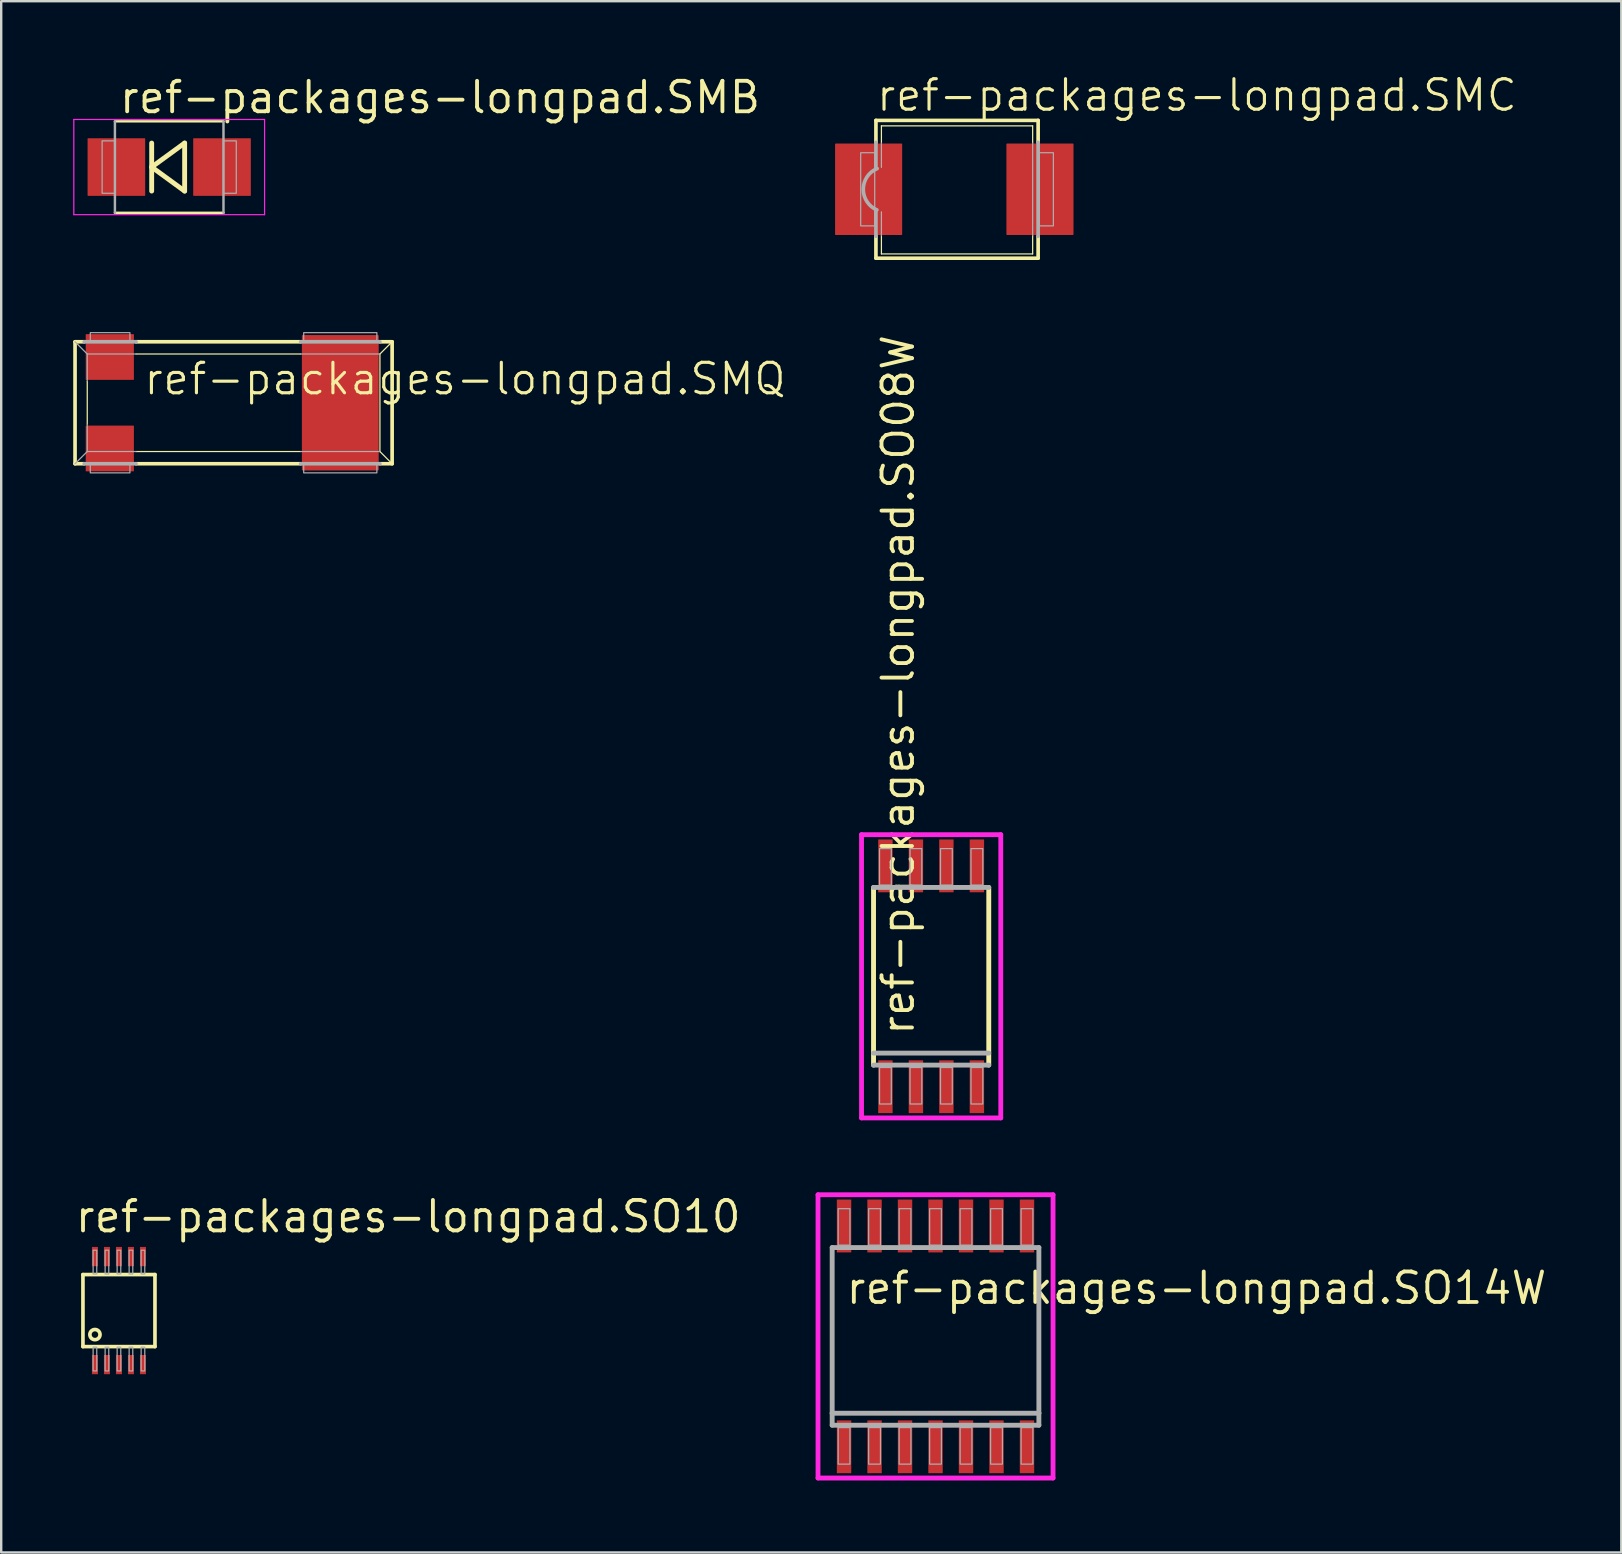
<source format=kicad_pcb>
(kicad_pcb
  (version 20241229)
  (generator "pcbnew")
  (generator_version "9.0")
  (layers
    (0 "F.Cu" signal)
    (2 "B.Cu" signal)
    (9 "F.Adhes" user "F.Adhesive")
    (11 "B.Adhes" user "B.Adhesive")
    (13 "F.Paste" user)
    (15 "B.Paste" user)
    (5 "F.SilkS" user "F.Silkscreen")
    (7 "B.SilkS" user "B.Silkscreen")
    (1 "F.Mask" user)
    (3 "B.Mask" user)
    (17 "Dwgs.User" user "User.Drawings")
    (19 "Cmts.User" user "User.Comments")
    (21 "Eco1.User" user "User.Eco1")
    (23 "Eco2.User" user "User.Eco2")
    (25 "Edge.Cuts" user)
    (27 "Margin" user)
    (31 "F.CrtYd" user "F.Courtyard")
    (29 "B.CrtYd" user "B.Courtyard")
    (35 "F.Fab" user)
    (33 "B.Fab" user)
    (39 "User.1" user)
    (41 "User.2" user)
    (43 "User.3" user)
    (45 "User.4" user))
  (footprint "ref-packages-longpad.SMQ"
    (layer "F.Cu")
    (at 6.68 13.727)
    (property "Reference" "ref-packages-longpad.SMQ" (at -3.81 -0.254 0) (layer "F.SilkS") (effects (font (size 1.27 1.27) (thickness 0.13)) (justify left bottom)))
    (attr smd)
    (fp_line (start -6.604 -2.54) (end -6.604 2.54) (stroke (width 0.152) (type default)) (layer "F.SilkS"))
    (fp_line (start -6.604 -2.54) (end -6.223 -2.54) (stroke (width 0.152) (type default)) (layer "F.SilkS"))
    (fp_line (start -6.223 2.54) (end -6.604 2.54) (stroke (width 0.152) (type default)) (layer "F.SilkS"))
    (fp_line (start -6.096 -0.889) (end -6.096 0.889) (stroke (width 0.051) (type default)) (layer "F.SilkS"))
    (fp_line (start -4.064 -2.54) (end 2.794 -2.54) (stroke (width 0.152) (type default)) (layer "F.SilkS"))
    (fp_line (start -4.064 -2.032) (end 2.794 -2.032) (stroke (width 0.051) (type default)) (layer "F.SilkS"))
    (fp_line (start -4.064 2.032) (end 2.794 2.032) (stroke (width 0.051) (type default)) (layer "F.SilkS"))
    (fp_line (start -4.064 2.54) (end 2.794 2.54) (stroke (width 0.152) (type default)) (layer "F.SilkS"))
    (fp_line (start 6.096 -2.54) (end 6.604 -2.54) (stroke (width 0.152) (type default)) (layer "F.SilkS"))
    (fp_line (start 6.096 2.032) (end 6.096 -2.032) (stroke (width 0.051) (type default)) (layer "F.SilkS"))
    (fp_line (start 6.096 2.54) (end 6.604 2.54) (stroke (width 0.152) (type default)) (layer "F.SilkS"))
    (fp_line (start 6.604 -2.54) (end 6.096 -2.032) (stroke (width 0.051) (type default)) (layer "F.SilkS"))
    (fp_line (start 6.604 2.54) (end 6.096 2.032) (stroke (width 0.051) (type default)) (layer "F.SilkS"))
    (fp_line (start 6.604 2.54) (end 6.604 -2.54) (stroke (width 0.152) (type default)) (layer "F.SilkS"))
    (fp_line (start -6.604 -2.54) (end -6.096 -2.032) (stroke (width 0.051) (type default)) (layer "F.Fab"))
    (fp_line (start -6.604 2.54) (end -6.096 2.032) (stroke (width 0.051) (type default)) (layer "F.Fab"))
    (fp_line (start -6.223 -2.54) (end -4.064 -2.54) (stroke (width 0.152) (type default)) (layer "F.Fab"))
    (fp_line (start -6.223 2.54) (end -4.064 2.54) (stroke (width 0.152) (type default)) (layer "F.Fab"))
    (fp_line (start -6.096 -2.032) (end -6.096 -0.889) (stroke (width 0.051) (type default)) (layer "F.Fab"))
    (fp_line (start -6.096 -2.032) (end -4.064 -2.032) (stroke (width 0.051) (type default)) (layer "F.Fab"))
    (fp_line (start -6.096 0.889) (end -6.096 2.032) (stroke (width 0.051) (type default)) (layer "F.Fab"))
    (fp_line (start -6.096 2.032) (end -4.064 2.032) (stroke (width 0.051) (type default)) (layer "F.Fab"))
    (fp_line (start 6.096 -2.54) (end 2.794 -2.54) (stroke (width 0.152) (type default)) (layer "F.Fab"))
    (fp_line (start 6.096 -2.032) (end 2.794 -2.032) (stroke (width 0.051) (type default)) (layer "F.Fab"))
    (fp_line (start 6.096 2.032) (end 2.794 2.032) (stroke (width 0.051) (type default)) (layer "F.Fab"))
    (fp_line (start 6.096 2.54) (end 2.794 2.54) (stroke (width 0.152) (type default)) (layer "F.Fab"))
    (fp_rect (start -5.969 -2.54) (end -4.318 -2.921) (stroke (width 0.05) (type default)) (fill no) (layer "F.Fab"))
    (fp_rect (start -5.969 2.921) (end -4.318 2.54) (stroke (width 0.05) (type default)) (fill no) (layer "F.Fab"))
    (fp_rect (start 2.921 -2.54) (end 5.969 -2.921) (stroke (width 0.05) (type default)) (fill no) (layer "F.Fab"))
    (fp_rect (start 2.921 2.921) (end 5.969 2.54) (stroke (width 0.05) (type default)) (fill no) (layer "F.Fab"))
    (pad "1" smd roundrect (at -5.156 -1.905) (size 2.007 1.905) (layers "F.Cu" "F.Mask" "F.Paste") (roundrect_rratio 0.01))
    (pad "2" smd roundrect (at -5.156 1.905) (size 2.007 1.905) (layers "F.Cu" "F.Mask" "F.Paste") (roundrect_rratio 0.01))
    (pad "GND" smd roundrect (at 4.445 0) (size 3.2 5.639) (layers "F.Cu" "F.Mask" "F.Paste") (roundrect_rratio 0.01)))
  (footprint "ref-packages-longpad.SO10"
    (layer "F.Cu")
    (at 1.905 51.542)
    (property "Reference" "ref-packages-longpad.SO10" (at -1.905 -3.175 0) (layer "F.SilkS") (effects (font (size 1.27 1.27) (thickness 0.16)) (justify left bottom)))
    (attr smd)
    (fp_line (start -1.5 -1.5) (end 1.5 -1.5) (stroke (width 0.152) (type default)) (layer "F.SilkS"))
    (fp_line (start -1.5 1.5) (end -1.5 -1.5) (stroke (width 0.152) (type default)) (layer "F.SilkS"))
    (fp_line (start 1.5 -1.5) (end 1.5 1.5) (stroke (width 0.152) (type default)) (layer "F.SilkS"))
    (fp_line (start 1.5 1.5) (end -1.5 1.5) (stroke (width 0.152) (type default)) (layer "F.SilkS"))
    (fp_circle (center -1 1) (end -0.788 1) (stroke (width 0.152) (type default)) (fill no) (layer "F.SilkS"))
    (fp_rect (start -1.076 -1.524) (end -0.924 -2.515) (stroke (width 0.05) (type default)) (fill no) (layer "F.Fab"))
    (fp_rect (start -1.076 2.515) (end -0.924 1.524) (stroke (width 0.05) (type default)) (fill no) (layer "F.Fab"))
    (fp_rect (start -0.576 -1.524) (end -0.424 -2.515) (stroke (width 0.05) (type default)) (fill no) (layer "F.Fab"))
    (fp_rect (start -0.576 2.515) (end -0.424 1.524) (stroke (width 0.05) (type default)) (fill no) (layer "F.Fab"))
    (fp_rect (start -0.076 -1.524) (end 0.076 -2.515) (stroke (width 0.05) (type default)) (fill no) (layer "F.Fab"))
    (fp_rect (start -0.076 2.515) (end 0.076 1.524) (stroke (width 0.05) (type default)) (fill no) (layer "F.Fab"))
    (fp_rect (start 0.424 -1.524) (end 0.576 -2.515) (stroke (width 0.05) (type default)) (fill no) (layer "F.Fab"))
    (fp_rect (start 0.424 2.515) (end 0.576 1.524) (stroke (width 0.05) (type default)) (fill no) (layer "F.Fab"))
    (fp_rect (start 0.924 -1.524) (end 1.076 -2.515) (stroke (width 0.05) (type default)) (fill no) (layer "F.Fab"))
    (fp_rect (start 0.924 2.515) (end 1.076 1.524) (stroke (width 0.05) (type default)) (fill no) (layer "F.Fab"))
    (pad "1" smd roundrect (at -1 2.25) (size 0.25 0.8) (layers "F.Cu" "F.Mask" "F.Paste") (roundrect_rratio 0.01))
    (pad "2" smd roundrect (at -0.5 2.25) (size 0.25 0.8) (layers "F.Cu" "F.Mask" "F.Paste") (roundrect_rratio 0.01))
    (pad "3" smd roundrect (at 0 2.25) (size 0.25 0.8) (layers "F.Cu" "F.Mask" "F.Paste") (roundrect_rratio 0.01))
    (pad "4" smd roundrect (at 0.5 2.25) (size 0.25 0.8) (layers "F.Cu" "F.Mask" "F.Paste") (roundrect_rratio 0.01))
    (pad "5" smd roundrect (at 1 2.25) (size 0.25 0.8) (layers "F.Cu" "F.Mask" "F.Paste") (roundrect_rratio 0.01))
    (pad "6" smd roundrect (at 1 -2.25) (size 0.25 0.8) (layers "F.Cu" "F.Mask" "F.Paste") (roundrect_rratio 0.01))
    (pad "7" smd roundrect (at 0.5 -2.25) (size 0.25 0.8) (layers "F.Cu" "F.Mask" "F.Paste") (roundrect_rratio 0.01))
    (pad "8" smd roundrect (at 0 -2.25) (size 0.25 0.8) (layers "F.Cu" "F.Mask" "F.Paste") (roundrect_rratio 0.01))
    (pad "9" smd roundrect (at -0.5 -2.25) (size 0.25 0.8) (layers "F.Cu" "F.Mask" "F.Paste") (roundrect_rratio 0.01))
    (pad "10" smd roundrect (at -1 -2.25) (size 0.25 0.8) (layers "F.Cu" "F.Mask" "F.Paste") (roundrect_rratio 0.01)))
  (footprint "ref-packages-longpad.SMB"
    (layer "F.Cu")
    (at 3.998 3.909)
    (property "Reference" "ref-packages-longpad.SMB" (at -2.159 -2.159 0) (layer "F.SilkS") (effects (font (size 1.27 1.27) (thickness 0.16)) (justify left bottom)))
    (attr smd)
    (fp_line (start -2.261 -1.905) (end 2.261 -1.905) (stroke (width 0.102) (type default)) (layer "F.SilkS"))
    (fp_line (start -2.261 1.905) (end 2.261 1.905) (stroke (width 0.102) (type default)) (layer "F.SilkS"))
    (fp_line (start -0.73 -1) (end -0.73 1) (stroke (width 0.203) (type default)) (layer "F.SilkS"))
    (fp_line (start -0.73 0) (end 0.643 1) (stroke (width 0.203) (type default)) (layer "F.SilkS"))
    (fp_line (start 0.643 -1) (end -0.73 0) (stroke (width 0.203) (type default)) (layer "F.SilkS"))
    (fp_line (start 0.643 1) (end 0.643 -1) (stroke (width 0.203) (type default)) (layer "F.SilkS"))
    (fp_line (start -3.973 -1.983) (end 3.973 -1.983) (stroke (width 0.051) (type default)) (layer "F.CrtYd"))
    (fp_line (start -3.973 1.983) (end -3.973 -1.983) (stroke (width 0.051) (type default)) (layer "F.CrtYd"))
    (fp_line (start 3.973 -1.983) (end 3.973 1.983) (stroke (width 0.051) (type default)) (layer "F.CrtYd"))
    (fp_line (start 3.973 1.983) (end -3.973 1.983) (stroke (width 0.051) (type default)) (layer "F.CrtYd"))
    (fp_line (start -2.261 1.905) (end -2.261 -1.905) (stroke (width 0.102) (type default)) (layer "F.Fab"))
    (fp_line (start 2.261 1.905) (end 2.261 -1.905) (stroke (width 0.102) (type default)) (layer "F.Fab"))
    (fp_rect (start -2.794 1.092) (end -2.261 -1.092) (stroke (width 0.05) (type default)) (fill no) (layer "F.Fab"))
    (fp_rect (start 2.261 1.092) (end 2.794 -1.092) (stroke (width 0.05) (type default)) (fill no) (layer "F.Fab"))
    (pad "1" smd roundrect (at -2.2 0) (size 2.4 2.4) (layers "F.Cu" "F.Mask" "F.Paste") (roundrect_rratio 0.01))
    (pad "2" smd roundrect (at 2.2 0) (size 2.4 2.4) (layers "F.Cu" "F.Mask" "F.Paste") (roundrect_rratio 0.01)))
  (footprint "ref-packages-longpad.SO08W"
    (layer "F.Cu")
    (at 35.737 37.617)
    (property "Reference" "ref-packages-longpad.SO08W" (at -0.635 2.54 90) (layer "F.SilkS") (effects (font (size 1.27 1.27) (thickness 0.16)) (justify left bottom)))
    (attr smd)
    (fp_line (start -2.4 3.7) (end -2.4 -3.7) (stroke (width 0.203) (type default)) (layer "F.SilkS"))
    (fp_line (start 2.4 -3.7) (end 2.4 3.7) (stroke (width 0.203) (type default)) (layer "F.SilkS"))
    (fp_line (start -2.9 -5.9) (end 2.9 -5.9) (stroke (width 0.2) (type default)) (layer "F.CrtYd"))
    (fp_line (start -2.9 5.9) (end -2.9 -5.9) (stroke (width 0.2) (type default)) (layer "F.CrtYd"))
    (fp_line (start 2.9 -5.9) (end 2.9 5.9) (stroke (width 0.2) (type default)) (layer "F.CrtYd"))
    (fp_line (start 2.9 5.9) (end -2.9 5.9) (stroke (width 0.2) (type default)) (layer "F.CrtYd"))
    (fp_line (start -2.4 -3.7) (end 2.4 -3.7) (stroke (width 0.203) (type default)) (layer "F.Fab"))
    (fp_line (start 2.4 3.2) (end -2.4 3.2) (stroke (width 0.203) (type default)) (layer "F.Fab"))
    (fp_line (start 2.4 3.7) (end -2.4 3.7) (stroke (width 0.203) (type default)) (layer "F.Fab"))
    (fp_rect (start -2.15 -3.8) (end -1.66 -5.32) (stroke (width 0.05) (type default)) (fill no) (layer "F.Fab"))
    (fp_rect (start -2.15 5.32) (end -1.66 3.8) (stroke (width 0.05) (type default)) (fill no) (layer "F.Fab"))
    (fp_rect (start -0.88 -3.8) (end -0.39 -5.32) (stroke (width 0.05) (type default)) (fill no) (layer "F.Fab"))
    (fp_rect (start -0.88 5.32) (end -0.39 3.8) (stroke (width 0.05) (type default)) (fill no) (layer "F.Fab"))
    (fp_rect (start 0.39 -3.8) (end 0.88 -5.32) (stroke (width 0.05) (type default)) (fill no) (layer "F.Fab"))
    (fp_rect (start 0.39 5.32) (end 0.88 3.8) (stroke (width 0.05) (type default)) (fill no) (layer "F.Fab"))
    (fp_rect (start 1.66 -3.8) (end 2.15 -5.32) (stroke (width 0.05) (type default)) (fill no) (layer "F.Fab"))
    (fp_rect (start 1.66 5.32) (end 2.15 3.8) (stroke (width 0.05) (type default)) (fill no) (layer "F.Fab"))
    (pad "1" smd roundrect (at -1.905 4.6) (size 0.6 2.2) (layers "F.Cu" "F.Mask" "F.Paste") (roundrect_rratio 0.01))
    (pad "2" smd roundrect (at -0.635 4.6) (size 0.6 2.2) (layers "F.Cu" "F.Mask" "F.Paste") (roundrect_rratio 0.01))
    (pad "3" smd roundrect (at 0.635 4.6) (size 0.6 2.2) (layers "F.Cu" "F.Mask" "F.Paste") (roundrect_rratio 0.01))
    (pad "4" smd roundrect (at 1.905 4.6) (size 0.6 2.2) (layers "F.Cu" "F.Mask" "F.Paste") (roundrect_rratio 0.01))
    (pad "5" smd roundrect (at 1.905 -4.6) (size 0.6 2.2) (layers "F.Cu" "F.Mask" "F.Paste") (roundrect_rratio 0.01))
    (pad "6" smd roundrect (at 0.635 -4.6) (size 0.6 2.2) (layers "F.Cu" "F.Mask" "F.Paste") (roundrect_rratio 0.01))
    (pad "7" smd roundrect (at -0.635 -4.6) (size 0.6 2.2) (layers "F.Cu" "F.Mask" "F.Paste") (roundrect_rratio 0.01))
    (pad "8" smd roundrect (at -1.905 -4.6) (size 0.6 2.2) (layers "F.Cu" "F.Mask" "F.Paste") (roundrect_rratio 0.01)))
  (footprint "ref-packages-longpad.SMC"
    (layer "F.Cu")
    (at 36.942 4.708)
    (property "Reference" "ref-packages-longpad.SMC" (at -3.556 -3.048 0) (layer "F.SilkS") (effects (font (size 1.27 1.27) (thickness 0.13)) (justify left bottom)))
    (attr smd)
    (fp_line (start -3.505 -2.743) (end -3.505 -1.829) (stroke (width 0.152) (type default)) (layer "F.SilkS"))
    (fp_line (start -3.505 -2.743) (end 3.251 -2.743) (stroke (width 0.152) (type default)) (layer "F.SilkS"))
    (fp_line (start -3.505 2.997) (end -3.505 2.083) (stroke (width 0.152) (type default)) (layer "F.SilkS"))
    (fp_line (start -3.277 -2.515) (end 3.023 -2.515) (stroke (width 0.051) (type default)) (layer "F.SilkS"))
    (fp_line (start -3.277 -1.803) (end -3.277 -2.515) (stroke (width 0.051) (type default)) (layer "F.SilkS"))
    (fp_line (start -3.277 2.819) (end -3.277 2.057) (stroke (width 0.051) (type default)) (layer "F.SilkS"))
    (fp_line (start -3.277 2.819) (end 3.023 2.819) (stroke (width 0.051) (type default)) (layer "F.SilkS"))
    (fp_line (start 3.023 -1.803) (end 3.023 -2.515) (stroke (width 0.051) (type default)) (layer "F.SilkS"))
    (fp_line (start 3.023 2.057) (end 3.023 2.819) (stroke (width 0.051) (type default)) (layer "F.SilkS"))
    (fp_line (start 3.251 -2.743) (end 3.251 -1.829) (stroke (width 0.152) (type default)) (layer "F.SilkS"))
    (fp_line (start 3.251 2.997) (end -3.505 2.997) (stroke (width 0.152) (type default)) (layer "F.SilkS"))
    (fp_line (start 3.251 2.997) (end 3.251 2.083) (stroke (width 0.152) (type default)) (layer "F.SilkS"))
    (fp_line (start -3.505 -1.829) (end -3.505 -0.737) (stroke (width 0.152) (type default)) (layer "F.Fab"))
    (fp_line (start -3.505 2.083) (end -3.505 0.991) (stroke (width 0.152) (type default)) (layer "F.Fab"))
    (fp_line (start -3.277 -0.787) (end -3.277 -1.803) (stroke (width 0.051) (type default)) (layer "F.Fab"))
    (fp_line (start -3.277 2.057) (end -3.277 1.067) (stroke (width 0.051) (type default)) (layer "F.Fab"))
    (fp_line (start 3.023 -1.803) (end 3.023 2.057) (stroke (width 0.051) (type default)) (layer "F.Fab"))
    (fp_line (start 3.251 -1.829) (end 3.251 2.083) (stroke (width 0.152) (type default)) (layer "F.Fab"))
    (fp_rect (start -4.14 1.651) (end -3.556 -1.397) (stroke (width 0.05) (type default)) (fill no) (layer "F.Fab"))
    (fp_rect (start 3.302 1.651) (end 3.886 -1.397) (stroke (width 0.05) (type default)) (fill no) (layer "F.Fab"))
    (fp_arc (start -3.4667 0.9859) (mid -4.032773 0.120797) (end -3.4545 -0.7362) (stroke (width 0.1524) (type default)) (layer "F.Fab"))
    (pad "1" smd roundrect (at -3.81 0.127) (size 2.794 3.81) (layers "F.Cu" "F.Mask" "F.Paste") (roundrect_rratio 0.01))
    (pad "2" smd roundrect (at 3.327 0.127) (size 2.794 3.81) (layers "F.Cu" "F.Mask" "F.Paste") (roundrect_rratio 0.01)))
  (footprint "ref-packages-longpad.SO14W"
    (layer "F.Cu")
    (at 35.919 52.617)
    (property "Reference" "ref-packages-longpad.SO14W" (at -3.81 -1.27 0) (layer "F.SilkS") (effects (font (size 1.27 1.27) (thickness 0.16)) (justify left bottom)))
    (attr smd)
    (fp_line (start -4.895 -5.9) (end 4.895 -5.9) (stroke (width 0.2) (type default)) (layer "F.CrtYd"))
    (fp_line (start -4.895 5.9) (end -4.895 -5.9) (stroke (width 0.2) (type default)) (layer "F.CrtYd"))
    (fp_line (start 4.895 -5.9) (end 4.895 5.9) (stroke (width 0.2) (type default)) (layer "F.CrtYd"))
    (fp_line (start 4.895 5.9) (end -4.895 5.9) (stroke (width 0.2) (type default)) (layer "F.CrtYd"))
    (fp_line (start -4.305 -3.7) (end 4.305 -3.7) (stroke (width 0.203) (type default)) (layer "F.Fab"))
    (fp_line (start -4.305 3.2) (end -4.305 -3.7) (stroke (width 0.203) (type default)) (layer "F.Fab"))
    (fp_line (start -4.305 3.7) (end -4.305 3.2) (stroke (width 0.203) (type default)) (layer "F.Fab"))
    (fp_line (start 4.305 -3.7) (end 4.305 3.2) (stroke (width 0.203) (type default)) (layer "F.Fab"))
    (fp_line (start 4.305 3.2) (end -4.305 3.2) (stroke (width 0.203) (type default)) (layer "F.Fab"))
    (fp_line (start 4.305 3.2) (end 4.305 3.7) (stroke (width 0.203) (type default)) (layer "F.Fab"))
    (fp_line (start 4.305 3.7) (end -4.305 3.7) (stroke (width 0.203) (type default)) (layer "F.Fab"))
    (fp_rect (start -4.055 -3.8) (end -3.565 -5.32) (stroke (width 0.05) (type default)) (fill no) (layer "F.Fab"))
    (fp_rect (start -4.055 5.32) (end -3.565 3.8) (stroke (width 0.05) (type default)) (fill no) (layer "F.Fab"))
    (fp_rect (start -2.785 -3.8) (end -2.295 -5.32) (stroke (width 0.05) (type default)) (fill no) (layer "F.Fab"))
    (fp_rect (start -2.785 5.32) (end -2.295 3.8) (stroke (width 0.05) (type default)) (fill no) (layer "F.Fab"))
    (fp_rect (start -1.515 -3.8) (end -1.025 -5.32) (stroke (width 0.05) (type default)) (fill no) (layer "F.Fab"))
    (fp_rect (start -1.515 5.32) (end -1.025 3.8) (stroke (width 0.05) (type default)) (fill no) (layer "F.Fab"))
    (fp_rect (start -0.245 -3.8) (end 0.245 -5.32) (stroke (width 0.05) (type default)) (fill no) (layer "F.Fab"))
    (fp_rect (start -0.245 5.32) (end 0.245 3.8) (stroke (width 0.05) (type default)) (fill no) (layer "F.Fab"))
    (fp_rect (start 1.025 -3.8) (end 1.515 -5.32) (stroke (width 0.05) (type default)) (fill no) (layer "F.Fab"))
    (fp_rect (start 1.025 5.32) (end 1.515 3.8) (stroke (width 0.05) (type default)) (fill no) (layer "F.Fab"))
    (fp_rect (start 2.295 -3.8) (end 2.785 -5.32) (stroke (width 0.05) (type default)) (fill no) (layer "F.Fab"))
    (fp_rect (start 2.295 5.32) (end 2.785 3.8) (stroke (width 0.05) (type default)) (fill no) (layer "F.Fab"))
    (fp_rect (start 3.565 -3.8) (end 4.055 -5.32) (stroke (width 0.05) (type default)) (fill no) (layer "F.Fab"))
    (fp_rect (start 3.565 5.32) (end 4.055 3.8) (stroke (width 0.05) (type default)) (fill no) (layer "F.Fab"))
    (pad "1" smd roundrect (at -3.81 4.6) (size 0.6 2.2) (layers "F.Cu" "F.Mask" "F.Paste") (roundrect_rratio 0.01))
    (pad "2" smd roundrect (at -2.54 4.6) (size 0.6 2.2) (layers "F.Cu" "F.Mask" "F.Paste") (roundrect_rratio 0.01))
    (pad "3" smd roundrect (at -1.27 4.6) (size 0.6 2.2) (layers "F.Cu" "F.Mask" "F.Paste") (roundrect_rratio 0.01))
    (pad "4" smd roundrect (at 0 4.6) (size 0.6 2.2) (layers "F.Cu" "F.Mask" "F.Paste") (roundrect_rratio 0.01))
    (pad "5" smd roundrect (at 1.27 4.6) (size 0.6 2.2) (layers "F.Cu" "F.Mask" "F.Paste") (roundrect_rratio 0.01))
    (pad "6" smd roundrect (at 2.54 4.6) (size 0.6 2.2) (layers "F.Cu" "F.Mask" "F.Paste") (roundrect_rratio 0.01))
    (pad "7" smd roundrect (at 3.81 4.6) (size 0.6 2.2) (layers "F.Cu" "F.Mask" "F.Paste") (roundrect_rratio 0.01))
    (pad "8" smd roundrect (at 3.81 -4.6) (size 0.6 2.2) (layers "F.Cu" "F.Mask" "F.Paste") (roundrect_rratio 0.01))
    (pad "9" smd roundrect (at 2.54 -4.6) (size 0.6 2.2) (layers "F.Cu" "F.Mask" "F.Paste") (roundrect_rratio 0.01))
    (pad "10" smd roundrect (at 1.27 -4.6) (size 0.6 2.2) (layers "F.Cu" "F.Mask" "F.Paste") (roundrect_rratio 0.01))
    (pad "11" smd roundrect (at 0 -4.6) (size 0.6 2.2) (layers "F.Cu" "F.Mask" "F.Paste") (roundrect_rratio 0.01))
    (pad "12" smd roundrect (at -1.27 -4.6) (size 0.6 2.2) (layers "F.Cu" "F.Mask" "F.Paste") (roundrect_rratio 0.01))
    (pad "13" smd roundrect (at -2.54 -4.6) (size 0.6 2.2) (layers "F.Cu" "F.Mask" "F.Paste") (roundrect_rratio 0.01))
    (pad "14" smd roundrect (at -3.81 -4.6) (size 0.6 2.2) (layers "F.Cu" "F.Mask" "F.Paste") (roundrect_rratio 0.01)))
  (gr_rect
    (start -3 -3)
    (end 64.485 61.617)
    (stroke (width 0.1) (type default))
    (fill no)
    (layer "Edge.Cuts")))
</source>
